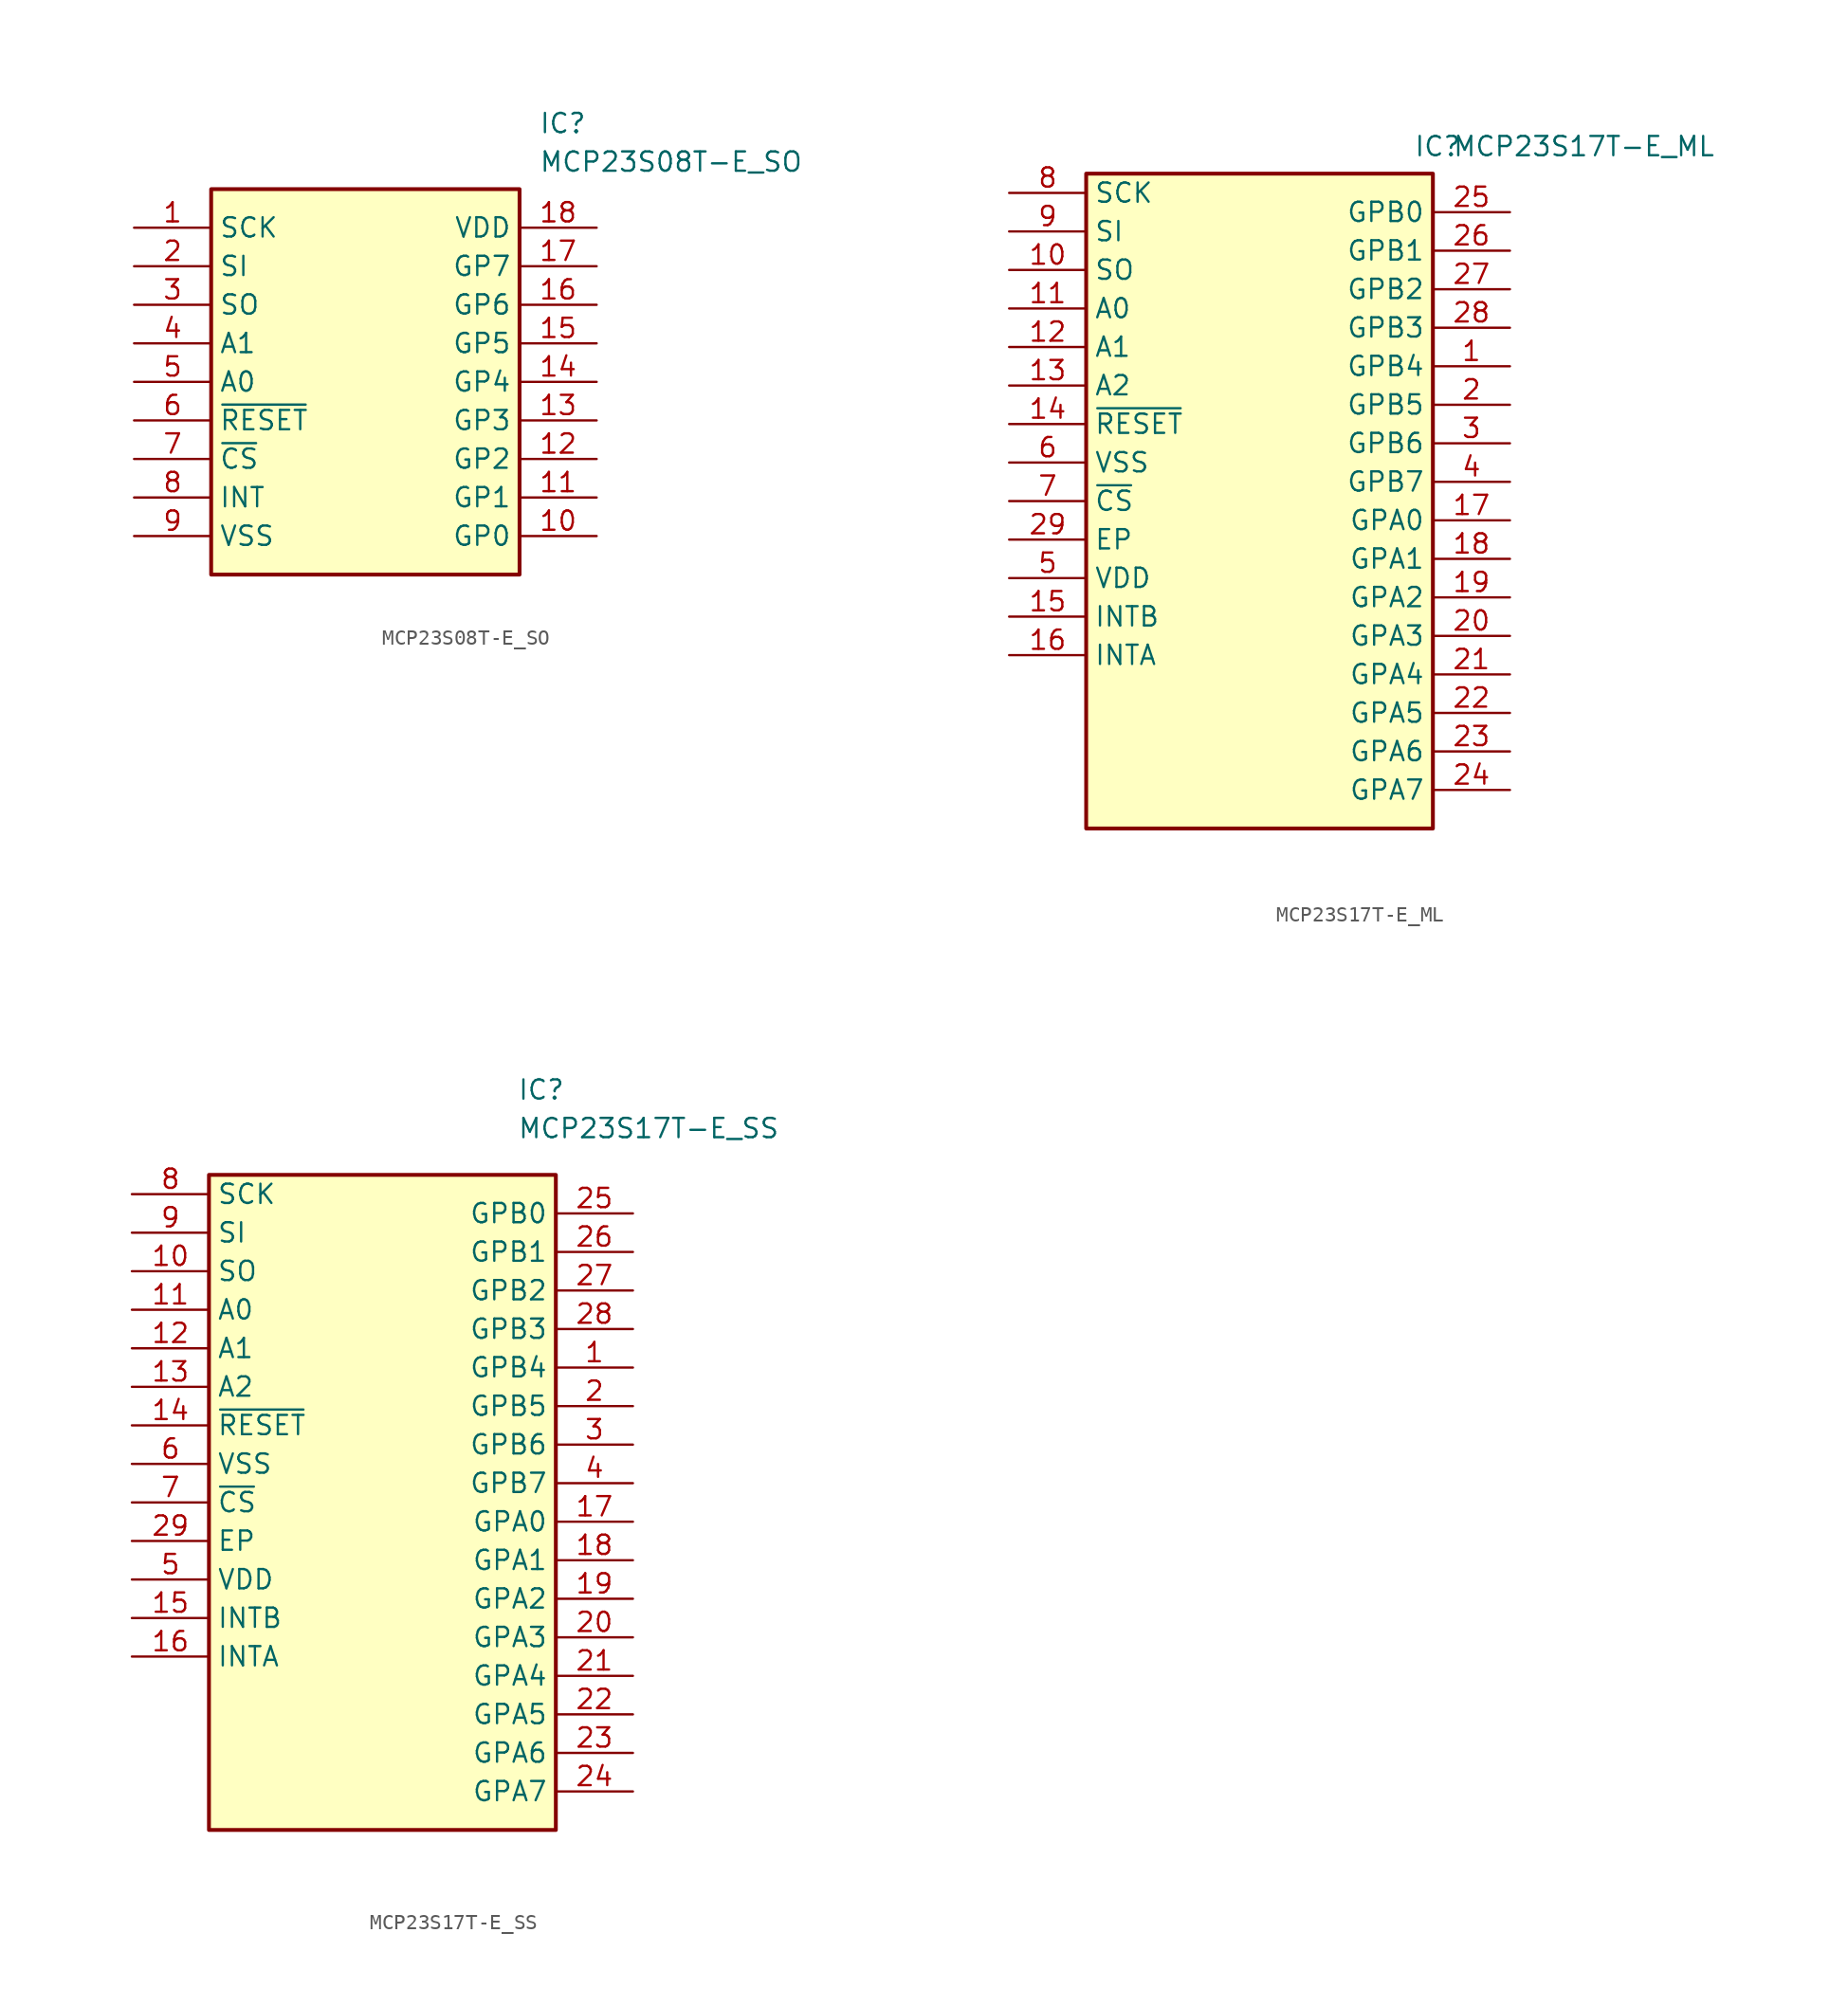
<source format=kicad_sym>
(kicad_symbol_lib
  (version 20220914)
  (generator kicad_symbol_editor)
  (symbol "MCP23S08T-E_SO"
    (property "Reference" "IC"
      (at 26.67 7.62 0)
      (effects (font (size 1.27 1.27)) (justify left top)))
    (property "Value" "MCP23S08T-E_SO"
      (at 26.67 5.08 0)
      (effects (font (size 1.27 1.27)) (justify left top)))
    (symbol "MCP23S08T-E_SO_1_1"
      (rectangle (start 5.08 2.54) (end 25.4 -22.86) (stroke (width 0.254) (type default)) (fill (type background)))
      (pin passive line (at 0 0 0) (length 5.08) (name "SCK" (effects (font (size 1.27 1.27)))) (number "1" (effects (font (size 1.27 1.27)))))
      (pin passive line (at 30.48 -20.32 180) (length 5.08) (name "GP0" (effects (font (size 1.27 1.27)))) (number "10" (effects (font (size 1.27 1.27)))))
      (pin passive line (at 30.48 -17.78 180) (length 5.08) (name "GP1" (effects (font (size 1.27 1.27)))) (number "11" (effects (font (size 1.27 1.27)))))
      (pin passive line (at 30.48 -15.24 180) (length 5.08) (name "GP2" (effects (font (size 1.27 1.27)))) (number "12" (effects (font (size 1.27 1.27)))))
      (pin passive line (at 30.48 -12.7 180) (length 5.08) (name "GP3" (effects (font (size 1.27 1.27)))) (number "13" (effects (font (size 1.27 1.27)))))
      (pin passive line (at 30.48 -10.16 180) (length 5.08) (name "GP4" (effects (font (size 1.27 1.27)))) (number "14" (effects (font (size 1.27 1.27)))))
      (pin passive line (at 30.48 -7.62 180) (length 5.08) (name "GP5" (effects (font (size 1.27 1.27)))) (number "15" (effects (font (size 1.27 1.27)))))
      (pin passive line (at 30.48 -5.08 180) (length 5.08) (name "GP6" (effects (font (size 1.27 1.27)))) (number "16" (effects (font (size 1.27 1.27)))))
      (pin passive line (at 30.48 -2.54 180) (length 5.08) (name "GP7" (effects (font (size 1.27 1.27)))) (number "17" (effects (font (size 1.27 1.27)))))
      (pin passive line (at 30.48 0 180) (length 5.08) (name "VDD" (effects (font (size 1.27 1.27)))) (number "18" (effects (font (size 1.27 1.27)))))
      (pin passive line (at 0 -2.54 0) (length 5.08) (name "SI" (effects (font (size 1.27 1.27)))) (number "2" (effects (font (size 1.27 1.27)))))
      (pin passive line (at 0 -5.08 0) (length 5.08) (name "SO" (effects (font (size 1.27 1.27)))) (number "3" (effects (font (size 1.27 1.27)))))
      (pin passive line (at 0 -7.62 0) (length 5.08) (name "A1" (effects (font (size 1.27 1.27)))) (number "4" (effects (font (size 1.27 1.27)))))
      (pin passive line (at 0 -10.16 0) (length 5.08) (name "A0" (effects (font (size 1.27 1.27)))) (number "5" (effects (font (size 1.27 1.27)))))
      (pin passive line (at 0 -12.7 0) (length 5.08) (name "~{RESET}" (effects (font (size 1.27 1.27)))) (number "6" (effects (font (size 1.27 1.27)))))
      (pin passive line (at 0 -15.24 0) (length 5.08) (name "~{CS}" (effects (font (size 1.27 1.27)))) (number "7" (effects (font (size 1.27 1.27)))))
      (pin passive line (at 0 -17.78 0) (length 5.08) (name "INT" (effects (font (size 1.27 1.27)))) (number "8" (effects (font (size 1.27 1.27)))))
      (pin passive line (at 0 -20.32 0) (length 5.08) (name "VSS" (effects (font (size 1.27 1.27)))) (number "9" (effects (font (size 1.27 1.27)))))))
  (symbol "MCP23S17T-E_ML"
    (property "Reference" "IC"
      (at 26.67 12.7 0)
      (effects (font (size 1.27 1.27)) (justify left top)))
    (property "Value" "MCP23S17T-E_ML"
      (at 29.21 12.7 0)
      (effects (font (size 1.27 1.27)) (justify left top)))
    (symbol "MCP23S17T-E_ML_1_1"
      (rectangle (start 5.08 10.16) (end 27.94 -33.02) (stroke (width 0.254) (type default)) (fill (type background)))
      (pin passive line (at 33.02 -2.54 180) (length 5.08) (name "GPB4" (effects (font (size 1.27 1.27)))) (number "1" (effects (font (size 1.27 1.27)))))
      (pin passive line (at 0 3.81 0) (length 5.08) (name "SO" (effects (font (size 1.27 1.27)))) (number "10" (effects (font (size 1.27 1.27)))))
      (pin passive line (at 0 1.27 0) (length 5.08) (name "A0" (effects (font (size 1.27 1.27)))) (number "11" (effects (font (size 1.27 1.27)))))
      (pin passive line (at 0 -1.27 0) (length 5.08) (name "A1" (effects (font (size 1.27 1.27)))) (number "12" (effects (font (size 1.27 1.27)))))
      (pin passive line (at 0 -3.81 0) (length 5.08) (name "A2" (effects (font (size 1.27 1.27)))) (number "13" (effects (font (size 1.27 1.27)))))
      (pin passive line (at 0 -6.35 0) (length 5.08) (name "~{RESET}" (effects (font (size 1.27 1.27)))) (number "14" (effects (font (size 1.27 1.27)))))
      (pin passive line (at 0 -19.05 0) (length 5.08) (name "INTB" (effects (font (size 1.27 1.27)))) (number "15" (effects (font (size 1.27 1.27)))))
      (pin passive line (at 0 -21.59 0) (length 5.08) (name "INTA" (effects (font (size 1.27 1.27)))) (number "16" (effects (font (size 1.27 1.27)))))
      (pin passive line (at 33.02 -12.7 180) (length 5.08) (name "GPA0" (effects (font (size 1.27 1.27)))) (number "17" (effects (font (size 1.27 1.27)))))
      (pin passive line (at 33.02 -15.24 180) (length 5.08) (name "GPA1" (effects (font (size 1.27 1.27)))) (number "18" (effects (font (size 1.27 1.27)))))
      (pin passive line (at 33.02 -17.78 180) (length 5.08) (name "GPA2" (effects (font (size 1.27 1.27)))) (number "19" (effects (font (size 1.27 1.27)))))
      (pin passive line (at 33.02 -5.08 180) (length 5.08) (name "GPB5" (effects (font (size 1.27 1.27)))) (number "2" (effects (font (size 1.27 1.27)))))
      (pin passive line (at 33.02 -20.32 180) (length 5.08) (name "GPA3" (effects (font (size 1.27 1.27)))) (number "20" (effects (font (size 1.27 1.27)))))
      (pin passive line (at 33.02 -22.86 180) (length 5.08) (name "GPA4" (effects (font (size 1.27 1.27)))) (number "21" (effects (font (size 1.27 1.27)))))
      (pin passive line (at 33.02 -25.4 180) (length 5.08) (name "GPA5" (effects (font (size 1.27 1.27)))) (number "22" (effects (font (size 1.27 1.27)))))
      (pin passive line (at 33.02 -27.94 180) (length 5.08) (name "GPA6" (effects (font (size 1.27 1.27)))) (number "23" (effects (font (size 1.27 1.27)))))
      (pin passive line (at 33.02 -30.48 180) (length 5.08) (name "GPA7" (effects (font (size 1.27 1.27)))) (number "24" (effects (font (size 1.27 1.27)))))
      (pin passive line (at 33.02 7.62 180) (length 5.08) (name "GPB0" (effects (font (size 1.27 1.27)))) (number "25" (effects (font (size 1.27 1.27)))))
      (pin passive line (at 33.02 5.08 180) (length 5.08) (name "GPB1" (effects (font (size 1.27 1.27)))) (number "26" (effects (font (size 1.27 1.27)))))
      (pin passive line (at 33.02 2.54 180) (length 5.08) (name "GPB2" (effects (font (size 1.27 1.27)))) (number "27" (effects (font (size 1.27 1.27)))))
      (pin passive line (at 33.02 0 180) (length 5.08) (name "GPB3" (effects (font (size 1.27 1.27)))) (number "28" (effects (font (size 1.27 1.27)))))
      (pin passive line (at 0 -13.97 0) (length 5.08) (name "EP" (effects (font (size 1.27 1.27)))) (number "29" (effects (font (size 1.27 1.27)))))
      (pin passive line (at 33.02 -7.62 180) (length 5.08) (name "GPB6" (effects (font (size 1.27 1.27)))) (number "3" (effects (font (size 1.27 1.27)))))
      (pin passive line (at 33.02 -10.16 180) (length 5.08) (name "GPB7" (effects (font (size 1.27 1.27)))) (number "4" (effects (font (size 1.27 1.27)))))
      (pin passive line (at 0 -16.51 0) (length 5.08) (name "VDD" (effects (font (size 1.27 1.27)))) (number "5" (effects (font (size 1.27 1.27)))))
      (pin passive line (at 0 -8.89 0) (length 5.08) (name "VSS" (effects (font (size 1.27 1.27)))) (number "6" (effects (font (size 1.27 1.27)))))
      (pin passive line (at 0 -11.43 0) (length 5.08) (name "~{CS}" (effects (font (size 1.27 1.27)))) (number "7" (effects (font (size 1.27 1.27)))))
      (pin passive line (at 0 8.89 0) (length 5.08) (name "SCK" (effects (font (size 1.27 1.27)))) (number "8" (effects (font (size 1.27 1.27)))))
      (pin passive line (at 0 6.35 0) (length 5.08) (name "SI" (effects (font (size 1.27 1.27)))) (number "9" (effects (font (size 1.27 1.27)))))))
  (symbol "MCP23S17T-E_SS"
    (property "Reference" "IC"
      (at 26.67 7.62 0)
      (effects (font (size 1.27 1.27)) (justify left top)))
    (property "Value" "MCP23S17T-E_SS"
      (at 26.67 5.08 0)
      (effects (font (size 1.27 1.27)) (justify left top)))
    (symbol "MCP23S17T-E_SS_1_1"
      (rectangle (start 6.35 1.27) (end 29.21 -41.91) (stroke (width 0.254) (type default)) (fill (type background)))
      (pin passive line (at 34.29 -11.43 180) (length 5.08) (name "GPB4" (effects (font (size 1.27 1.27)))) (number "1" (effects (font (size 1.27 1.27)))))
      (pin passive line (at 1.27 -5.08 0) (length 5.08) (name "SO" (effects (font (size 1.27 1.27)))) (number "10" (effects (font (size 1.27 1.27)))))
      (pin passive line (at 1.27 -7.62 0) (length 5.08) (name "A0" (effects (font (size 1.27 1.27)))) (number "11" (effects (font (size 1.27 1.27)))))
      (pin passive line (at 1.27 -10.16 0) (length 5.08) (name "A1" (effects (font (size 1.27 1.27)))) (number "12" (effects (font (size 1.27 1.27)))))
      (pin passive line (at 1.27 -12.7 0) (length 5.08) (name "A2" (effects (font (size 1.27 1.27)))) (number "13" (effects (font (size 1.27 1.27)))))
      (pin passive line (at 1.27 -15.24 0) (length 5.08) (name "~{RESET}" (effects (font (size 1.27 1.27)))) (number "14" (effects (font (size 1.27 1.27)))))
      (pin passive line (at 1.27 -27.94 0) (length 5.08) (name "INTB" (effects (font (size 1.27 1.27)))) (number "15" (effects (font (size 1.27 1.27)))))
      (pin passive line (at 1.27 -30.48 0) (length 5.08) (name "INTA" (effects (font (size 1.27 1.27)))) (number "16" (effects (font (size 1.27 1.27)))))
      (pin passive line (at 34.29 -21.59 180) (length 5.08) (name "GPA0" (effects (font (size 1.27 1.27)))) (number "17" (effects (font (size 1.27 1.27)))))
      (pin passive line (at 34.29 -24.13 180) (length 5.08) (name "GPA1" (effects (font (size 1.27 1.27)))) (number "18" (effects (font (size 1.27 1.27)))))
      (pin passive line (at 34.29 -26.67 180) (length 5.08) (name "GPA2" (effects (font (size 1.27 1.27)))) (number "19" (effects (font (size 1.27 1.27)))))
      (pin passive line (at 34.29 -13.97 180) (length 5.08) (name "GPB5" (effects (font (size 1.27 1.27)))) (number "2" (effects (font (size 1.27 1.27)))))
      (pin passive line (at 34.29 -29.21 180) (length 5.08) (name "GPA3" (effects (font (size 1.27 1.27)))) (number "20" (effects (font (size 1.27 1.27)))))
      (pin passive line (at 34.29 -31.75 180) (length 5.08) (name "GPA4" (effects (font (size 1.27 1.27)))) (number "21" (effects (font (size 1.27 1.27)))))
      (pin passive line (at 34.29 -34.29 180) (length 5.08) (name "GPA5" (effects (font (size 1.27 1.27)))) (number "22" (effects (font (size 1.27 1.27)))))
      (pin passive line (at 34.29 -36.83 180) (length 5.08) (name "GPA6" (effects (font (size 1.27 1.27)))) (number "23" (effects (font (size 1.27 1.27)))))
      (pin passive line (at 34.29 -39.37 180) (length 5.08) (name "GPA7" (effects (font (size 1.27 1.27)))) (number "24" (effects (font (size 1.27 1.27)))))
      (pin passive line (at 34.29 -1.27 180) (length 5.08) (name "GPB0" (effects (font (size 1.27 1.27)))) (number "25" (effects (font (size 1.27 1.27)))))
      (pin passive line (at 34.29 -3.81 180) (length 5.08) (name "GPB1" (effects (font (size 1.27 1.27)))) (number "26" (effects (font (size 1.27 1.27)))))
      (pin passive line (at 34.29 -6.35 180) (length 5.08) (name "GPB2" (effects (font (size 1.27 1.27)))) (number "27" (effects (font (size 1.27 1.27)))))
      (pin passive line (at 34.29 -8.89 180) (length 5.08) (name "GPB3" (effects (font (size 1.27 1.27)))) (number "28" (effects (font (size 1.27 1.27)))))
      (pin passive line (at 1.27 -22.86 0) (length 5.08) (name "EP" (effects (font (size 1.27 1.27)))) (number "29" (effects (font (size 1.27 1.27)))))
      (pin passive line (at 34.29 -16.51 180) (length 5.08) (name "GPB6" (effects (font (size 1.27 1.27)))) (number "3" (effects (font (size 1.27 1.27)))))
      (pin passive line (at 34.29 -19.05 180) (length 5.08) (name "GPB7" (effects (font (size 1.27 1.27)))) (number "4" (effects (font (size 1.27 1.27)))))
      (pin passive line (at 1.27 -25.4 0) (length 5.08) (name "VDD" (effects (font (size 1.27 1.27)))) (number "5" (effects (font (size 1.27 1.27)))))
      (pin passive line (at 1.27 -17.78 0) (length 5.08) (name "VSS" (effects (font (size 1.27 1.27)))) (number "6" (effects (font (size 1.27 1.27)))))
      (pin passive line (at 1.27 -20.32 0) (length 5.08) (name "~{CS}" (effects (font (size 1.27 1.27)))) (number "7" (effects (font (size 1.27 1.27)))))
      (pin passive line (at 1.27 0 0) (length 5.08) (name "SCK" (effects (font (size 1.27 1.27)))) (number "8" (effects (font (size 1.27 1.27)))))
      (pin passive line (at 1.27 -2.54 0) (length 5.08) (name "SI" (effects (font (size 1.27 1.27)))) (number "9" (effects (font (size 1.27 1.27))))))))
</source>
